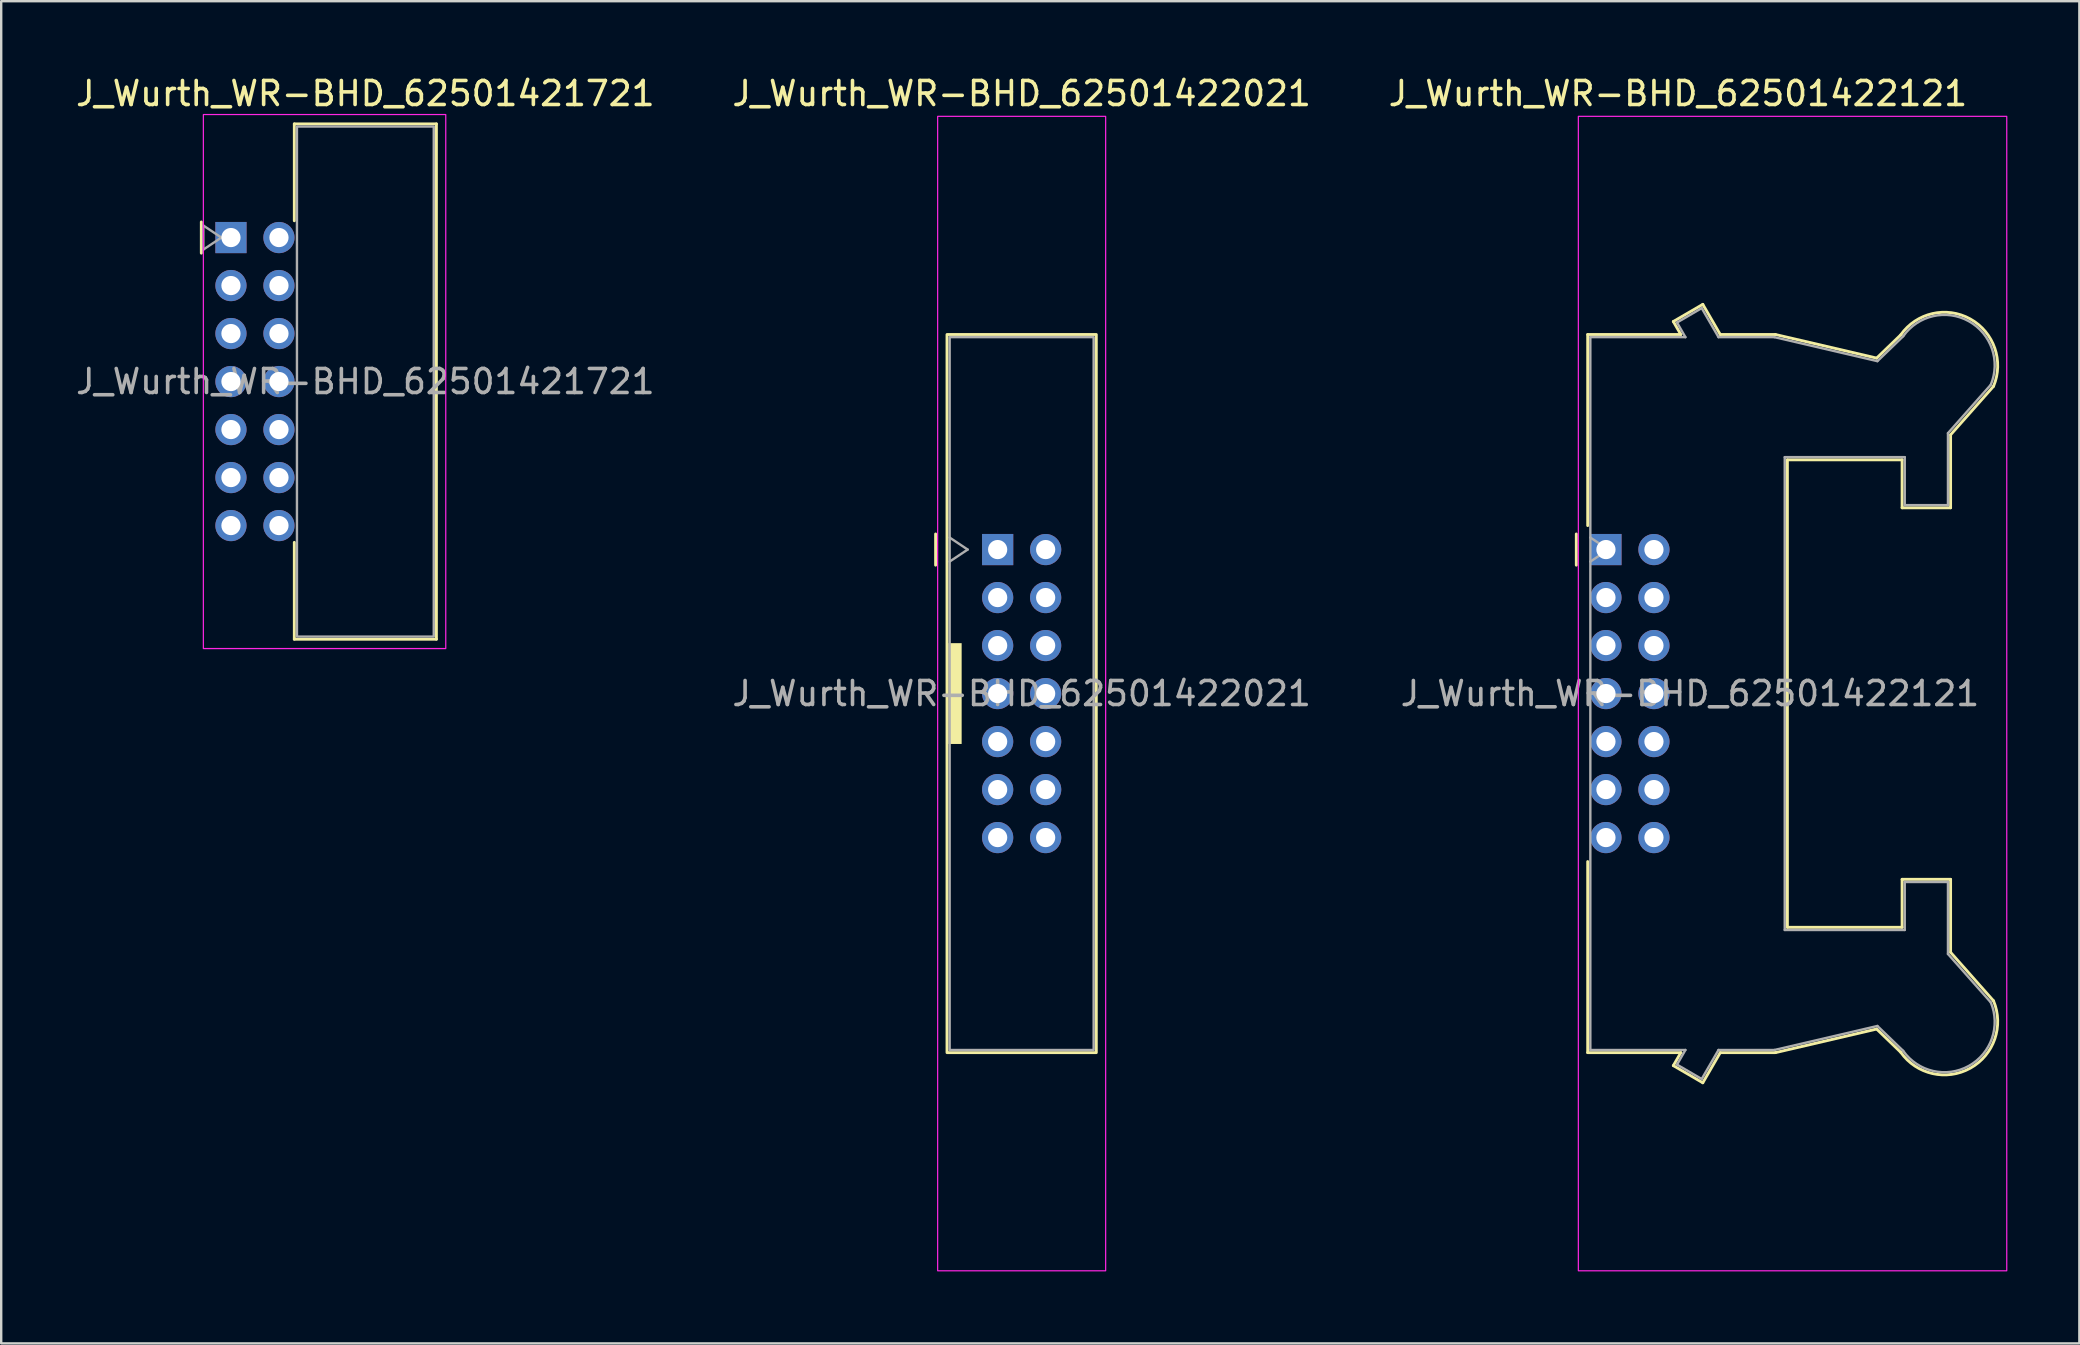
<source format=kicad_pcb>
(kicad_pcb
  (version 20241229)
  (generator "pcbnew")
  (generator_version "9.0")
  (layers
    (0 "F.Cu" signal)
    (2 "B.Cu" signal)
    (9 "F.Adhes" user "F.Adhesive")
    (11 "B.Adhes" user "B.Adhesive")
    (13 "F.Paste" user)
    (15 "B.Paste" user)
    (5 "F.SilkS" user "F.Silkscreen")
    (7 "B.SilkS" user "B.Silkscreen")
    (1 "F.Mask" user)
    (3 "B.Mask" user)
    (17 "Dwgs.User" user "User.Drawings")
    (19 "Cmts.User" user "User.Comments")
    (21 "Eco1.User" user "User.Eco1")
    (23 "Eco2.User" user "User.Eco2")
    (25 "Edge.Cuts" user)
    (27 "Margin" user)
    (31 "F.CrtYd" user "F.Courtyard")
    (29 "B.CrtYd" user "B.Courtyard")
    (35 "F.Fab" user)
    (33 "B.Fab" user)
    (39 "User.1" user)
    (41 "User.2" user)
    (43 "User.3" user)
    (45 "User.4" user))
  (footprint "J_Wurth_WR-BHD_62501422021"
    (layer "F.Cu")
    (at 38.518 19.848)
    (property "Reference" "J_Wurth_WR-BHD_62501422021" (at 1 -19 0) (unlocked yes) (layer "F.SilkS") (effects (font (size 1 1) (thickness 0.15))))
    (attr through_hole)
    (fp_line (start -2.585 -0.65) (end -2.585 0.65) (stroke (width 0.12) (type solid)) (layer "F.SilkS"))
    (fp_rect (start -2.11 -8.96) (end 4.11 20.96) (stroke (width 0.12) (type solid)) (fill no) (layer "F.SilkS"))
    (fp_rect (start -2.05 3.9) (end -1.5 8.1) (stroke (width 0) (type default)) (fill yes) (layer "F.SilkS"))
    (fp_rect (start -2.5 -18.05) (end 4.5 30.05) (stroke (width 0.05) (type solid)) (fill no) (layer "F.CrtYd"))
    (fp_line (start -1.25 0) (end -2 -0.5) (stroke (width 0.1) (type solid)) (layer "F.Fab"))
    (fp_line (start -1.25 0) (end -2 0.5) (stroke (width 0.1) (type solid)) (layer "F.Fab"))
    (fp_rect (start -2 -8.85) (end 4 20.85) (stroke (width 0.1) (type solid)) (fill no) (layer "F.Fab"))
    (fp_text user "${REFERENCE}" (at 1 6 0) (unlocked yes) (layer "F.Fab") (effects (font (size 1 1) (thickness 0.15))))
    (pad "1" thru_hole rect (at 0 0 270) (size 1.3 1.3) (drill 0.8) (layers "*.Cu" "*.Mask"))
    (pad "2" thru_hole circle (at 2 0 270) (size 1.3 1.3) (drill 0.8) (layers "*.Cu" "*.Mask"))
    (pad "3" thru_hole circle (at 0 2 270) (size 1.3 1.3) (drill 0.8) (layers "*.Cu" "*.Mask"))
    (pad "4" thru_hole circle (at 2 2 270) (size 1.3 1.3) (drill 0.8) (layers "*.Cu" "*.Mask"))
    (pad "5" thru_hole circle (at 0 4 270) (size 1.3 1.3) (drill 0.8) (layers "*.Cu" "*.Mask"))
    (pad "6" thru_hole circle (at 2 4 270) (size 1.3 1.3) (drill 0.8) (layers "*.Cu" "*.Mask"))
    (pad "7" thru_hole circle (at 0 6 270) (size 1.3 1.3) (drill 0.8) (layers "*.Cu" "*.Mask"))
    (pad "8" thru_hole circle (at 2 6 270) (size 1.3 1.3) (drill 0.8) (layers "*.Cu" "*.Mask"))
    (pad "9" thru_hole circle (at 0 8 270) (size 1.3 1.3) (drill 0.8) (layers "*.Cu" "*.Mask"))
    (pad "10" thru_hole circle (at 2 8 270) (size 1.3 1.3) (drill 0.8) (layers "*.Cu" "*.Mask"))
    (pad "11" thru_hole circle (at 0 10 270) (size 1.3 1.3) (drill 0.8) (layers "*.Cu" "*.Mask"))
    (pad "12" thru_hole circle (at 2 10 270) (size 1.3 1.3) (drill 0.8) (layers "*.Cu" "*.Mask"))
    (pad "13" thru_hole circle (at 0 12 270) (size 1.3 1.3) (drill 0.8) (layers "*.Cu" "*.Mask"))
    (pad "14" thru_hole circle (at 2 12 270) (size 1.3 1.3) (drill 0.8) (layers "*.Cu" "*.Mask")))
  (footprint "J_Wurth_WR-BHD_62501422121"
    (layer "F.Cu")
    (at 63.863 19.848)
    (property "Reference" "J_Wurth_WR-BHD_62501422121" (at 3 -19 0) (unlocked yes) (layer "F.SilkS") (effects (font (size 1 1) (thickness 0.15))))
    (attr through_hole)
    (fp_line (start -1.235 -0.65) (end -1.235 0.65) (stroke (width 0.12) (type solid)) (layer "F.SilkS"))
    (fp_line (start -0.76 -8.96) (end 3.12 -8.96) (stroke (width 0.12) (type solid)) (layer "F.SilkS"))
    (fp_line (start -0.76 -1) (end -0.76 -8.96) (stroke (width 0.12) (type solid)) (layer "F.SilkS"))
    (fp_line (start -0.76 20.96) (end -0.76 13) (stroke (width 0.12) (type solid)) (layer "F.SilkS"))
    (fp_line (start -0.76 20.96) (end 3.12 20.96) (stroke (width 0.12) (type solid)) (layer "F.SilkS"))
    (fp_line (start 2.808 -9.502) (end 4.035 -10.216) (stroke (width 0.12) (type solid)) (layer "F.SilkS"))
    (fp_line (start 2.808 21.502) (end 4.035 22.216) (stroke (width 0.12) (type solid)) (layer "F.SilkS"))
    (fp_line (start 3.12 -8.96) (end 2.808 -9.502) (stroke (width 0.12) (type solid)) (layer "F.SilkS"))
    (fp_line (start 3.12 20.96) (end 2.808 21.502) (stroke (width 0.12) (type solid)) (layer "F.SilkS"))
    (fp_line (start 4.035 -10.216) (end 4.762 -8.96) (stroke (width 0.12) (type solid)) (layer "F.SilkS"))
    (fp_line (start 4.035 22.216) (end 4.762 20.96) (stroke (width 0.12) (type solid)) (layer "F.SilkS"))
    (fp_line (start 4.762 -8.96) (end 7.062 -8.96) (stroke (width 0.12) (type solid)) (layer "F.SilkS"))
    (fp_line (start 4.762 20.96) (end 7.062 20.96) (stroke (width 0.12) (type solid)) (layer "F.SilkS"))
    (fp_line (start 7.062 -8.96) (end 11.279 -7.977) (stroke (width 0.12) (type solid)) (layer "F.SilkS"))
    (fp_line (start 7.062 20.96) (end 11.279 19.977) (stroke (width 0.12) (type solid)) (layer "F.SilkS"))
    (fp_line (start 7.56 15.74) (end 7.56 -3.74) (stroke (width 0.12) (type solid)) (layer "F.SilkS"))
    (fp_line (start 11.279 -7.977) (end 12.285 -8.947) (stroke (width 0.12) (type solid)) (layer "F.SilkS"))
    (fp_line (start 11.279 19.977) (end 12.285 20.947) (stroke (width 0.12) (type solid)) (layer "F.SilkS"))
    (fp_line (start 12.34 -3.74) (end 7.56 -3.74) (stroke (width 0.12) (type solid)) (layer "F.SilkS"))
    (fp_line (start 12.34 -1.74) (end 12.34 -3.74) (stroke (width 0.12) (type solid)) (layer "F.SilkS"))
    (fp_line (start 12.34 13.74) (end 12.34 15.74) (stroke (width 0.12) (type solid)) (layer "F.SilkS"))
    (fp_line (start 12.34 15.74) (end 7.56 15.74) (stroke (width 0.12) (type solid)) (layer "F.SilkS"))
    (fp_line (start 14.36 -4.782) (end 14.36 -1.74) (stroke (width 0.12) (type solid)) (layer "F.SilkS"))
    (fp_line (start 14.36 -1.74) (end 12.34 -1.74) (stroke (width 0.12) (type solid)) (layer "F.SilkS"))
    (fp_line (start 14.36 13.74) (end 12.34 13.74) (stroke (width 0.12) (type solid)) (layer "F.SilkS"))
    (fp_line (start 14.36 16.782) (end 14.36 13.74) (stroke (width 0.12) (type solid)) (layer "F.SilkS"))
    (fp_line (start 16.148 -6.803) (end 14.362 -4.785) (stroke (width 0.12) (type solid)) (layer "F.SilkS"))
    (fp_line (start 16.148 18.803) (end 14.362 16.785) (stroke (width 0.12) (type solid)) (layer "F.SilkS"))
    (fp_arc (start 12.284536 -8.946538) (mid 15.178015 -9.608271) (end 16.148123 -6.803098) (stroke (width 0.12) (type solid)) (layer "F.SilkS"))
    (fp_arc (start 16.148123 18.803098) (mid 15.178016 21.608273) (end 12.284536 20.946538) (stroke (width 0.12) (type solid)) (layer "F.SilkS"))
    (fp_rect (start -1.15 -18.05) (end 16.7 30.05) (stroke (width 0.05) (type solid)) (fill no) (layer "F.CrtYd"))
    (fp_line (start -0.65 -8.85) (end 3.311 -8.85) (stroke (width 0.1) (type solid)) (layer "F.Fab"))
    (fp_line (start -0.65 20.85) (end -0.65 -8.85) (stroke (width 0.1) (type solid)) (layer "F.Fab"))
    (fp_line (start -0.65 20.85) (end 3.311 20.85) (stroke (width 0.1) (type solid)) (layer "F.Fab"))
    (fp_line (start 0.1 0) (end -0.65 -0.5) (stroke (width 0.1) (type solid)) (layer "F.Fab"))
    (fp_line (start 0.1 0) (end -0.65 0.5) (stroke (width 0.1) (type solid)) (layer "F.Fab"))
    (fp_line (start 2.96 -9.46) (end 3.99 -10.06) (stroke (width 0.1) (type solid)) (layer "F.Fab"))
    (fp_line (start 2.96 21.46) (end 3.99 22.06) (stroke (width 0.1) (type solid)) (layer "F.Fab"))
    (fp_line (start 3.311 -8.85) (end 2.96 -9.46) (stroke (width 0.1) (type solid)) (layer "F.Fab"))
    (fp_line (start 3.311 20.85) (end 2.96 21.46) (stroke (width 0.1) (type solid)) (layer "F.Fab"))
    (fp_line (start 3.99 -10.06) (end 4.69 -8.85) (stroke (width 0.1) (type solid)) (layer "F.Fab"))
    (fp_line (start 3.99 22.06) (end 4.69 20.85) (stroke (width 0.1) (type solid)) (layer "F.Fab"))
    (fp_line (start 4.69 -8.85) (end 7.02 -8.85) (stroke (width 0.1) (type solid)) (layer "F.Fab"))
    (fp_line (start 4.69 20.85) (end 7.02 20.85) (stroke (width 0.1) (type solid)) (layer "F.Fab"))
    (fp_line (start 7.02 -8.85) (end 11.31 -7.85) (stroke (width 0.1) (type solid)) (layer "F.Fab"))
    (fp_line (start 7.02 20.85) (end 11.31 19.85) (stroke (width 0.1) (type solid)) (layer "F.Fab"))
    (fp_line (start 7.45 15.85) (end 7.45 -3.85) (stroke (width 0.1) (type solid)) (layer "F.Fab"))
    (fp_line (start 11.31 -7.85) (end 12.386 -8.89) (stroke (width 0.1) (type solid)) (layer "F.Fab"))
    (fp_line (start 11.31 19.85) (end 12.387 20.89) (stroke (width 0.1) (type solid)) (layer "F.Fab"))
    (fp_line (start 12.45 -3.85) (end 7.45 -3.85) (stroke (width 0.1) (type solid)) (layer "F.Fab"))
    (fp_line (start 12.45 -1.85) (end 12.45 -3.85) (stroke (width 0.1) (type solid)) (layer "F.Fab"))
    (fp_line (start 12.45 13.85) (end 12.45 15.85) (stroke (width 0.1) (type solid)) (layer "F.Fab"))
    (fp_line (start 12.45 15.85) (end 7.45 15.85) (stroke (width 0.1) (type solid)) (layer "F.Fab"))
    (fp_line (start 14.25 -4.85) (end 14.25 -1.85) (stroke (width 0.1) (type solid)) (layer "F.Fab"))
    (fp_line (start 14.25 -1.85) (end 12.45 -1.85) (stroke (width 0.1) (type solid)) (layer "F.Fab"))
    (fp_line (start 14.25 13.85) (end 12.45 13.85) (stroke (width 0.1) (type solid)) (layer "F.Fab"))
    (fp_line (start 14.25 16.85) (end 14.25 13.85) (stroke (width 0.1) (type solid)) (layer "F.Fab"))
    (fp_line (start 16.034 18.866) (end 14.25 16.85) (stroke (width 0.1) (type solid)) (layer "F.Fab"))
    (fp_line (start 16.034 -6.866) (end 14.25 -4.85) (stroke (width 0.1) (type solid)) (layer "F.Fab"))
    (fp_arc (start 12.385693 -8.89) (mid 15.117944 -9.514867) (end 16.033999 -6.866) (stroke (width 0.1) (type solid)) (layer "F.Fab"))
    (fp_arc (start 16.033999 18.866) (mid 15.117944 21.514867) (end 12.385693 20.89) (stroke (width 0.1) (type solid)) (layer "F.Fab"))
    (fp_text user "${REFERENCE}" (at 3.5 6 0) (unlocked yes) (layer "F.Fab") (effects (font (size 1 1) (thickness 0.15))))
    (pad "1" thru_hole rect (at 0 0 270) (size 1.3 1.3) (drill 0.8) (layers "*.Cu" "*.Mask"))
    (pad "2" thru_hole circle (at 2 0 270) (size 1.3 1.3) (drill 0.8) (layers "*.Cu" "*.Mask"))
    (pad "3" thru_hole circle (at 0 2 270) (size 1.3 1.3) (drill 0.8) (layers "*.Cu" "*.Mask"))
    (pad "4" thru_hole circle (at 2 2 270) (size 1.3 1.3) (drill 0.8) (layers "*.Cu" "*.Mask"))
    (pad "5" thru_hole circle (at 0 4 270) (size 1.3 1.3) (drill 0.8) (layers "*.Cu" "*.Mask"))
    (pad "6" thru_hole circle (at 2 4 270) (size 1.3 1.3) (drill 0.8) (layers "*.Cu" "*.Mask"))
    (pad "7" thru_hole circle (at 0 6 270) (size 1.3 1.3) (drill 0.8) (layers "*.Cu" "*.Mask"))
    (pad "8" thru_hole circle (at 2 6 270) (size 1.3 1.3) (drill 0.8) (layers "*.Cu" "*.Mask"))
    (pad "9" thru_hole circle (at 0 8 270) (size 1.3 1.3) (drill 0.8) (layers "*.Cu" "*.Mask"))
    (pad "10" thru_hole circle (at 2 8 270) (size 1.3 1.3) (drill 0.8) (layers "*.Cu" "*.Mask"))
    (pad "11" thru_hole circle (at 0 10 270) (size 1.3 1.3) (drill 0.8) (layers "*.Cu" "*.Mask"))
    (pad "12" thru_hole circle (at 2 10 270) (size 1.3 1.3) (drill 0.8) (layers "*.Cu" "*.Mask"))
    (pad "13" thru_hole circle (at 0 12 270) (size 1.3 1.3) (drill 0.8) (layers "*.Cu" "*.Mask"))
    (pad "14" thru_hole circle (at 2 12 270) (size 1.3 1.3) (drill 0.8) (layers "*.Cu" "*.Mask")))
  (footprint "J_Wurth_WR-BHD_62501421721"
    (layer "F.Cu")
    (at 6.573 6.848)
    (property "Reference" "J_Wurth_WR-BHD_62501421721" (at 5.6 -6 0) (unlocked yes) (layer "F.SilkS") (effects (font (size 1 1) (thickness 0.15))))
    (attr through_hole)
    (fp_line (start -1.235 0.65) (end -1.235 -0.65) (stroke (width 0.12) (type solid)) (layer "F.SilkS"))
    (fp_line (start 2.64 -4.735) (end 8.56 -4.735) (stroke (width 0.12) (type default)) (layer "F.SilkS"))
    (fp_line (start 2.64 -0.7) (end 2.64 -4.735) (stroke (width 0.12) (type solid)) (layer "F.SilkS"))
    (fp_line (start 2.64 16.735) (end 2.64 12.7) (stroke (width 0.12) (type solid)) (layer "F.SilkS"))
    (fp_line (start 8.56 -4.735) (end 8.56 16.735) (stroke (width 0.12) (type default)) (layer "F.SilkS"))
    (fp_line (start 8.56 16.735) (end 2.64 16.735) (stroke (width 0.12) (type default)) (layer "F.SilkS"))
    (fp_rect (start -1.15 -5.125) (end 8.95 17.125) (stroke (width 0.05) (type solid)) (fill no) (layer "F.CrtYd"))
    (fp_line (start -1.15 0.5) (end -1.15 -0.5) (stroke (width 0.1) (type default)) (layer "F.Fab"))
    (fp_line (start -0.4 0) (end -1.15 -0.5) (stroke (width 0.1) (type solid)) (layer "F.Fab"))
    (fp_line (start -0.4 0) (end -1.15 0.5) (stroke (width 0.1) (type solid)) (layer "F.Fab"))
    (fp_rect (start 2.75 -4.625) (end 8.45 16.625) (stroke (width 0.1) (type solid)) (fill no) (layer "F.Fab"))
    (fp_text user "${REFERENCE}" (at 5.6 6 0) (unlocked yes) (layer "F.Fab") (effects (font (size 1 1) (thickness 0.15))))
    (pad "1" thru_hole rect (at 0 0 90) (size 1.3 1.3) (drill 0.8) (layers "*.Cu" "*.Mask"))
    (pad "2" thru_hole circle (at 2 0 90) (size 1.3 1.3) (drill 0.8) (layers "*.Cu" "*.Mask"))
    (pad "3" thru_hole circle (at 0 2 90) (size 1.3 1.3) (drill 0.8) (layers "*.Cu" "*.Mask"))
    (pad "4" thru_hole circle (at 2 2 90) (size 1.3 1.3) (drill 0.8) (layers "*.Cu" "*.Mask"))
    (pad "5" thru_hole circle (at 0 4 90) (size 1.3 1.3) (drill 0.8) (layers "*.Cu" "*.Mask"))
    (pad "6" thru_hole circle (at 2 4 90) (size 1.3 1.3) (drill 0.8) (layers "*.Cu" "*.Mask"))
    (pad "7" thru_hole circle (at 0 6 90) (size 1.3 1.3) (drill 0.8) (layers "*.Cu" "*.Mask"))
    (pad "8" thru_hole circle (at 2 6 90) (size 1.3 1.3) (drill 0.8) (layers "*.Cu" "*.Mask"))
    (pad "9" thru_hole circle (at 0 8 90) (size 1.3 1.3) (drill 0.8) (layers "*.Cu" "*.Mask"))
    (pad "10" thru_hole circle (at 2 8 90) (size 1.3 1.3) (drill 0.8) (layers "*.Cu" "*.Mask"))
    (pad "11" thru_hole circle (at 0 10 90) (size 1.3 1.3) (drill 0.8) (layers "*.Cu" "*.Mask"))
    (pad "12" thru_hole circle (at 2 10 90) (size 1.3 1.3) (drill 0.8) (layers "*.Cu" "*.Mask"))
    (pad "13" thru_hole circle (at 0 12 90) (size 1.3 1.3) (drill 0.8) (layers "*.Cu" "*.Mask"))
    (pad "14" thru_hole circle (at 2 12 90) (size 1.3 1.3) (drill 0.8) (layers "*.Cu" "*.Mask")))
  (gr_rect
    (start -3 -3)
    (end 83.588 52.923)
    (stroke (width 0.1) (type default))
    (fill no)
    (layer "Edge.Cuts")))
</source>
